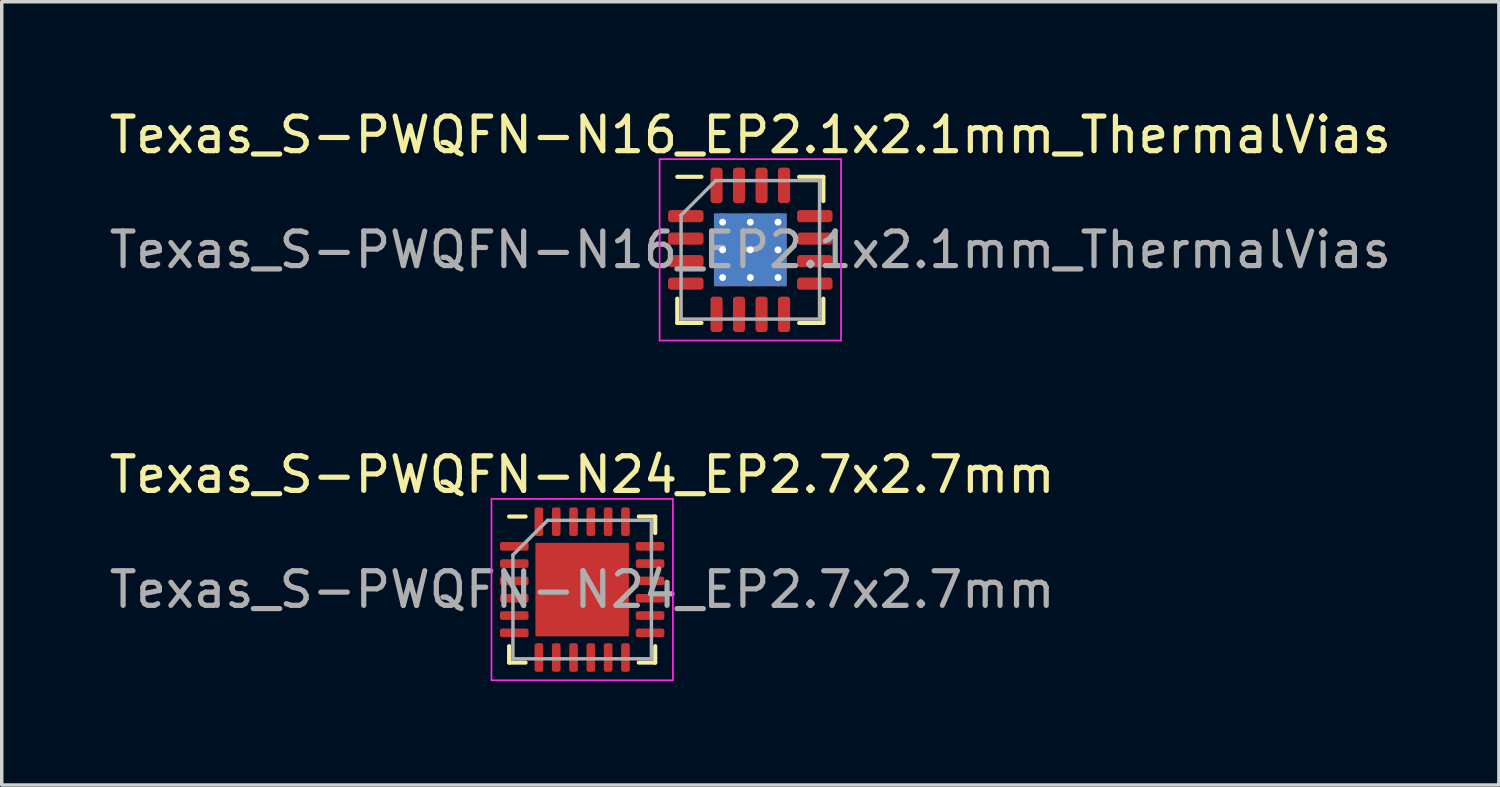
<source format=kicad_pcb>
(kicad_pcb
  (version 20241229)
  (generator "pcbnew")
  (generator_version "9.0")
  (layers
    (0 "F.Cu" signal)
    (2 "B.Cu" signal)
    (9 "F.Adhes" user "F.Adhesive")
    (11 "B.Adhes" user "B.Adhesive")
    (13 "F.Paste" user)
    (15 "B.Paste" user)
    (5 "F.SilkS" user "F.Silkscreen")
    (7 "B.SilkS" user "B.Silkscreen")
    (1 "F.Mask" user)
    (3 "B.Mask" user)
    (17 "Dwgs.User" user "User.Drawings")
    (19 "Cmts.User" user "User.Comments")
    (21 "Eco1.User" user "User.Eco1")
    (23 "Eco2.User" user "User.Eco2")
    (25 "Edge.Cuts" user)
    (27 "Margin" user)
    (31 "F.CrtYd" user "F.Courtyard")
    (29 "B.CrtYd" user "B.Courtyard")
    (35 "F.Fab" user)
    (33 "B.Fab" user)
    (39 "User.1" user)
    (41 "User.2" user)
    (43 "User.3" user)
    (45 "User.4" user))
  (footprint "Texas_S-PWQFN-N24_EP2.7x2.7mm"
    (layer "F.Cu")
    (at 13.768 13.982)
    (property "Reference" "Texas_S-PWQFN-N24_EP2.7x2.7mm" (at 0 -3.32 0) (layer "F.SilkS") (effects (font (size 1 1) (thickness 0.15))))
    (attr smd)
    (fp_line (start -2.11 2.11) (end -2.11 1.635) (stroke (width 0.12) (type solid)) (layer "F.SilkS"))
    (fp_line (start -1.635 -2.11) (end -2.11 -2.11) (stroke (width 0.12) (type solid)) (layer "F.SilkS"))
    (fp_line (start -1.635 2.11) (end -2.11 2.11) (stroke (width 0.12) (type solid)) (layer "F.SilkS"))
    (fp_line (start 1.635 -2.11) (end 2.11 -2.11) (stroke (width 0.12) (type solid)) (layer "F.SilkS"))
    (fp_line (start 1.635 2.11) (end 2.11 2.11) (stroke (width 0.12) (type solid)) (layer "F.SilkS"))
    (fp_line (start 2.11 -2.11) (end 2.11 -1.635) (stroke (width 0.12) (type solid)) (layer "F.SilkS"))
    (fp_line (start 2.11 2.11) (end 2.11 1.635) (stroke (width 0.12) (type solid)) (layer "F.SilkS"))
    (fp_line (start -2.62 -2.62) (end -2.62 2.62) (stroke (width 0.05) (type solid)) (layer "F.CrtYd"))
    (fp_line (start -2.62 2.62) (end 2.62 2.62) (stroke (width 0.05) (type solid)) (layer "F.CrtYd"))
    (fp_line (start 2.62 -2.62) (end -2.62 -2.62) (stroke (width 0.05) (type solid)) (layer "F.CrtYd"))
    (fp_line (start 2.62 2.62) (end 2.62 -2.62) (stroke (width 0.05) (type solid)) (layer "F.CrtYd"))
    (fp_line (start -2 -1) (end -1 -2) (stroke (width 0.1) (type solid)) (layer "F.Fab"))
    (fp_line (start -2 2) (end -2 -1) (stroke (width 0.1) (type solid)) (layer "F.Fab"))
    (fp_line (start -1 -2) (end 2 -2) (stroke (width 0.1) (type solid)) (layer "F.Fab"))
    (fp_line (start 2 -2) (end 2 2) (stroke (width 0.1) (type solid)) (layer "F.Fab"))
    (fp_line (start 2 2) (end -2 2) (stroke (width 0.1) (type solid)) (layer "F.Fab"))
    (fp_text user "${REFERENCE}" (at 0 0 0) (layer "F.Fab") (effects (font (size 1 1) (thickness 0.15))))
    (pad "" smd roundrect (at -0.675 -0.675) (size 1.09 1.09) (layers "F.Paste") (roundrect_rratio 0.229))
    (pad "" smd roundrect (at -0.675 0.675) (size 1.09 1.09) (layers "F.Paste") (roundrect_rratio 0.229))
    (pad "" smd roundrect (at 0.675 -0.675) (size 1.09 1.09) (layers "F.Paste") (roundrect_rratio 0.229))
    (pad "" smd roundrect (at 0.675 0.675) (size 1.09 1.09) (layers "F.Paste") (roundrect_rratio 0.229))
    (pad "1" smd roundrect (at -1.962 -1.25) (size 0.825 0.25) (layers "F.Cu" "F.Mask" "F.Paste") (roundrect_rratio 0.25))
    (pad "2" smd roundrect (at -1.962 -0.75) (size 0.825 0.25) (layers "F.Cu" "F.Mask" "F.Paste") (roundrect_rratio 0.25))
    (pad "3" smd roundrect (at -1.962 -0.25) (size 0.825 0.25) (layers "F.Cu" "F.Mask" "F.Paste") (roundrect_rratio 0.25))
    (pad "4" smd roundrect (at -1.962 0.25) (size 0.825 0.25) (layers "F.Cu" "F.Mask" "F.Paste") (roundrect_rratio 0.25))
    (pad "5" smd roundrect (at -1.962 0.75) (size 0.825 0.25) (layers "F.Cu" "F.Mask" "F.Paste") (roundrect_rratio 0.25))
    (pad "6" smd roundrect (at -1.962 1.25) (size 0.825 0.25) (layers "F.Cu" "F.Mask" "F.Paste") (roundrect_rratio 0.25))
    (pad "7" smd roundrect (at -1.25 1.962) (size 0.25 0.825) (layers "F.Cu" "F.Mask" "F.Paste") (roundrect_rratio 0.25))
    (pad "8" smd roundrect (at -0.75 1.962) (size 0.25 0.825) (layers "F.Cu" "F.Mask" "F.Paste") (roundrect_rratio 0.25))
    (pad "9" smd roundrect (at -0.25 1.962) (size 0.25 0.825) (layers "F.Cu" "F.Mask" "F.Paste") (roundrect_rratio 0.25))
    (pad "10" smd roundrect (at 0.25 1.962) (size 0.25 0.825) (layers "F.Cu" "F.Mask" "F.Paste") (roundrect_rratio 0.25))
    (pad "11" smd roundrect (at 0.75 1.962) (size 0.25 0.825) (layers "F.Cu" "F.Mask" "F.Paste") (roundrect_rratio 0.25))
    (pad "12" smd roundrect (at 1.25 1.962) (size 0.25 0.825) (layers "F.Cu" "F.Mask" "F.Paste") (roundrect_rratio 0.25))
    (pad "13" smd roundrect (at 1.962 1.25) (size 0.825 0.25) (layers "F.Cu" "F.Mask" "F.Paste") (roundrect_rratio 0.25))
    (pad "14" smd roundrect (at 1.962 0.75) (size 0.825 0.25) (layers "F.Cu" "F.Mask" "F.Paste") (roundrect_rratio 0.25))
    (pad "15" smd roundrect (at 1.962 0.25) (size 0.825 0.25) (layers "F.Cu" "F.Mask" "F.Paste") (roundrect_rratio 0.25))
    (pad "16" smd roundrect (at 1.962 -0.25) (size 0.825 0.25) (layers "F.Cu" "F.Mask" "F.Paste") (roundrect_rratio 0.25))
    (pad "17" smd roundrect (at 1.962 -0.75) (size 0.825 0.25) (layers "F.Cu" "F.Mask" "F.Paste") (roundrect_rratio 0.25))
    (pad "18" smd roundrect (at 1.962 -1.25) (size 0.825 0.25) (layers "F.Cu" "F.Mask" "F.Paste") (roundrect_rratio 0.25))
    (pad "19" smd roundrect (at 1.25 -1.962) (size 0.25 0.825) (layers "F.Cu" "F.Mask" "F.Paste") (roundrect_rratio 0.25))
    (pad "20" smd roundrect (at 0.75 -1.962) (size 0.25 0.825) (layers "F.Cu" "F.Mask" "F.Paste") (roundrect_rratio 0.25))
    (pad "21" smd roundrect (at 0.25 -1.962) (size 0.25 0.825) (layers "F.Cu" "F.Mask" "F.Paste") (roundrect_rratio 0.25))
    (pad "22" smd roundrect (at -0.25 -1.962) (size 0.25 0.825) (layers "F.Cu" "F.Mask" "F.Paste") (roundrect_rratio 0.25))
    (pad "23" smd roundrect (at -0.75 -1.962) (size 0.25 0.825) (layers "F.Cu" "F.Mask" "F.Paste") (roundrect_rratio 0.25))
    (pad "24" smd roundrect (at -1.25 -1.962) (size 0.25 0.825) (layers "F.Cu" "F.Mask" "F.Paste") (roundrect_rratio 0.25))
    (pad "25" smd rect (at 0 0) (size 2.7 2.7) (layers "F.Cu" "F.Mask")))
  (footprint "Texas_S-PWQFN-N16_EP2.1x2.1mm_ThermalVias"
    (layer "F.Cu")
    (at 18.625 4.168)
    (property "Reference" "Texas_S-PWQFN-N16_EP2.1x2.1mm_ThermalVias" (at 0 -3.32 0) (layer "F.SilkS") (effects (font (size 1 1) (thickness 0.15))))
    (attr smd)
    (fp_line (start -2.11 2.11) (end -2.11 1.41) (stroke (width 0.12) (type solid)) (layer "F.SilkS"))
    (fp_line (start -1.41 -2.11) (end -2.11 -2.11) (stroke (width 0.12) (type solid)) (layer "F.SilkS"))
    (fp_line (start -1.41 2.11) (end -2.11 2.11) (stroke (width 0.12) (type solid)) (layer "F.SilkS"))
    (fp_line (start 1.41 -2.11) (end 2.11 -2.11) (stroke (width 0.12) (type solid)) (layer "F.SilkS"))
    (fp_line (start 1.41 2.11) (end 2.11 2.11) (stroke (width 0.12) (type solid)) (layer "F.SilkS"))
    (fp_line (start 2.11 -2.11) (end 2.11 -1.41) (stroke (width 0.12) (type solid)) (layer "F.SilkS"))
    (fp_line (start 2.11 2.11) (end 2.11 1.41) (stroke (width 0.12) (type solid)) (layer "F.SilkS"))
    (fp_line (start -2.62 -2.62) (end -2.62 2.62) (stroke (width 0.05) (type solid)) (layer "F.CrtYd"))
    (fp_line (start -2.62 2.62) (end 2.62 2.62) (stroke (width 0.05) (type solid)) (layer "F.CrtYd"))
    (fp_line (start 2.62 -2.62) (end -2.62 -2.62) (stroke (width 0.05) (type solid)) (layer "F.CrtYd"))
    (fp_line (start 2.62 2.62) (end 2.62 -2.62) (stroke (width 0.05) (type solid)) (layer "F.CrtYd"))
    (fp_line (start -2 -1) (end -1 -2) (stroke (width 0.1) (type solid)) (layer "F.Fab"))
    (fp_line (start -2 2) (end -2 -1) (stroke (width 0.1) (type solid)) (layer "F.Fab"))
    (fp_line (start -1 -2) (end 2 -2) (stroke (width 0.1) (type solid)) (layer "F.Fab"))
    (fp_line (start 2 -2) (end 2 2) (stroke (width 0.1) (type solid)) (layer "F.Fab"))
    (fp_line (start 2 2) (end -2 2) (stroke (width 0.1) (type solid)) (layer "F.Fab"))
    (fp_text user "${REFERENCE}" (at 0 0 0) (layer "F.Fab") (effects (font (size 1 1) (thickness 0.15))))
    (pad "" smd roundrect (at -0.525 -0.525) (size 0.88 0.88) (layers "F.Paste") (roundrect_rratio 0.25))
    (pad "" smd roundrect (at -0.525 0.525) (size 0.88 0.88) (layers "F.Paste") (roundrect_rratio 0.25))
    (pad "" smd roundrect (at 0.525 -0.525) (size 0.88 0.88) (layers "F.Paste") (roundrect_rratio 0.25))
    (pad "" smd roundrect (at 0.525 0.525) (size 0.88 0.88) (layers "F.Paste") (roundrect_rratio 0.25))
    (pad "1" smd roundrect (at -1.863 -0.975) (size 1.025 0.35) (layers "F.Cu" "F.Mask" "F.Paste") (roundrect_rratio 0.25))
    (pad "2" smd roundrect (at -1.863 -0.325) (size 1.025 0.35) (layers "F.Cu" "F.Mask" "F.Paste") (roundrect_rratio 0.25))
    (pad "3" smd roundrect (at -1.863 0.325) (size 1.025 0.35) (layers "F.Cu" "F.Mask" "F.Paste") (roundrect_rratio 0.25))
    (pad "4" smd roundrect (at -1.863 0.975) (size 1.025 0.35) (layers "F.Cu" "F.Mask" "F.Paste") (roundrect_rratio 0.25))
    (pad "5" smd roundrect (at -0.975 1.863) (size 0.35 1.025) (layers "F.Cu" "F.Mask" "F.Paste") (roundrect_rratio 0.25))
    (pad "6" smd roundrect (at -0.325 1.863) (size 0.35 1.025) (layers "F.Cu" "F.Mask" "F.Paste") (roundrect_rratio 0.25))
    (pad "7" smd roundrect (at 0.325 1.863) (size 0.35 1.025) (layers "F.Cu" "F.Mask" "F.Paste") (roundrect_rratio 0.25))
    (pad "8" smd roundrect (at 0.975 1.863) (size 0.35 1.025) (layers "F.Cu" "F.Mask" "F.Paste") (roundrect_rratio 0.25))
    (pad "9" smd roundrect (at 1.863 0.975) (size 1.025 0.35) (layers "F.Cu" "F.Mask" "F.Paste") (roundrect_rratio 0.25))
    (pad "10" smd roundrect (at 1.863 0.325) (size 1.025 0.35) (layers "F.Cu" "F.Mask" "F.Paste") (roundrect_rratio 0.25))
    (pad "11" smd roundrect (at 1.863 -0.325) (size 1.025 0.35) (layers "F.Cu" "F.Mask" "F.Paste") (roundrect_rratio 0.25))
    (pad "12" smd roundrect (at 1.863 -0.975) (size 1.025 0.35) (layers "F.Cu" "F.Mask" "F.Paste") (roundrect_rratio 0.25))
    (pad "13" smd roundrect (at 0.975 -1.863) (size 0.35 1.025) (layers "F.Cu" "F.Mask" "F.Paste") (roundrect_rratio 0.25))
    (pad "14" smd roundrect (at 0.325 -1.863) (size 0.35 1.025) (layers "F.Cu" "F.Mask" "F.Paste") (roundrect_rratio 0.25))
    (pad "15" smd roundrect (at -0.325 -1.863) (size 0.35 1.025) (layers "F.Cu" "F.Mask" "F.Paste") (roundrect_rratio 0.25))
    (pad "16" smd roundrect (at -0.975 -1.863) (size 0.35 1.025) (layers "F.Cu" "F.Mask" "F.Paste") (roundrect_rratio 0.25))
    (pad "17" thru_hole circle (at -0.8 -0.8) (size 0.5 0.5) (drill 0.2) (layers "*.Cu"))
    (pad "17" thru_hole circle (at -0.8 0) (size 0.5 0.5) (drill 0.2) (layers "*.Cu"))
    (pad "17" thru_hole circle (at -0.8 0.8) (size 0.5 0.5) (drill 0.2) (layers "*.Cu"))
    (pad "17" thru_hole circle (at 0 -0.8) (size 0.5 0.5) (drill 0.2) (layers "*.Cu"))
    (pad "17" thru_hole circle (at 0 0) (size 0.5 0.5) (drill 0.2) (layers "*.Cu"))
    (pad "17" smd rect (at 0 0) (size 2.1 2.1) (layers "F.Cu" "F.Mask"))
    (pad "17" smd rect (at 0 0) (size 2.1 2.1) (layers "B.Cu"))
    (pad "17" thru_hole circle (at 0 0.8) (size 0.5 0.5) (drill 0.2) (layers "*.Cu"))
    (pad "17" thru_hole circle (at 0.8 -0.8) (size 0.5 0.5) (drill 0.2) (layers "*.Cu"))
    (pad "17" thru_hole circle (at 0.8 0) (size 0.5 0.5) (drill 0.2) (layers "*.Cu"))
    (pad "17" thru_hole circle (at 0.8 0.8) (size 0.5 0.5) (drill 0.2) (layers "*.Cu")))
  (gr_rect
    (start -3 -3)
    (end 40.25 19.627)
    (stroke (width 0.1) (type default))
    (fill no)
    (layer "Edge.Cuts")))
</source>
